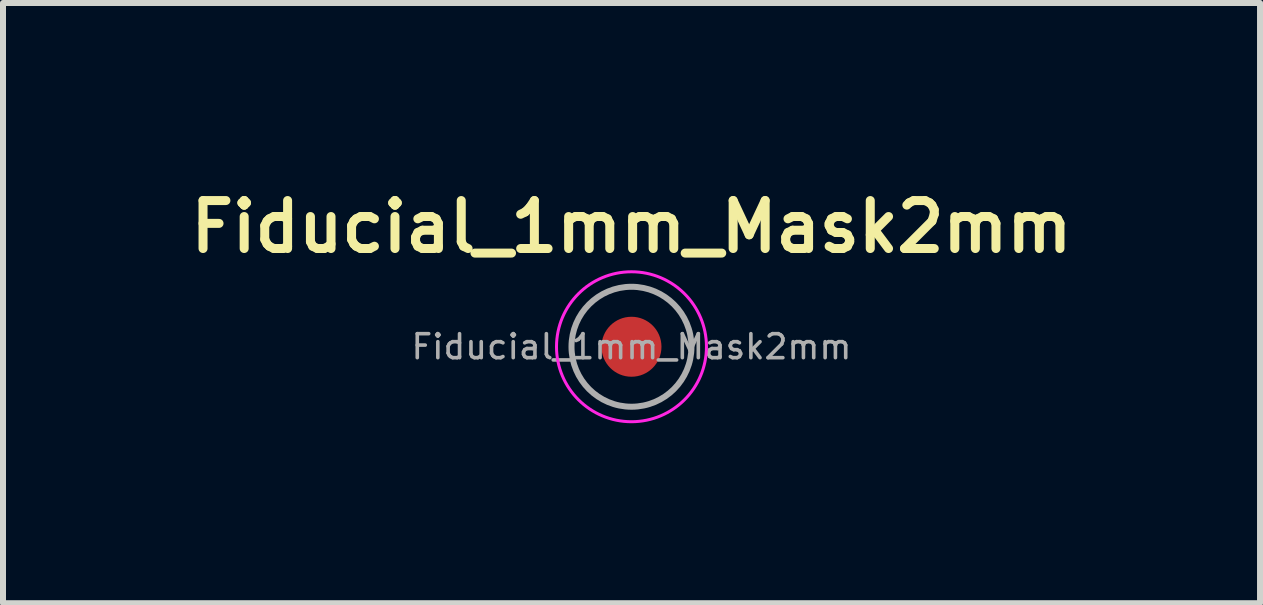
<source format=kicad_pcb>
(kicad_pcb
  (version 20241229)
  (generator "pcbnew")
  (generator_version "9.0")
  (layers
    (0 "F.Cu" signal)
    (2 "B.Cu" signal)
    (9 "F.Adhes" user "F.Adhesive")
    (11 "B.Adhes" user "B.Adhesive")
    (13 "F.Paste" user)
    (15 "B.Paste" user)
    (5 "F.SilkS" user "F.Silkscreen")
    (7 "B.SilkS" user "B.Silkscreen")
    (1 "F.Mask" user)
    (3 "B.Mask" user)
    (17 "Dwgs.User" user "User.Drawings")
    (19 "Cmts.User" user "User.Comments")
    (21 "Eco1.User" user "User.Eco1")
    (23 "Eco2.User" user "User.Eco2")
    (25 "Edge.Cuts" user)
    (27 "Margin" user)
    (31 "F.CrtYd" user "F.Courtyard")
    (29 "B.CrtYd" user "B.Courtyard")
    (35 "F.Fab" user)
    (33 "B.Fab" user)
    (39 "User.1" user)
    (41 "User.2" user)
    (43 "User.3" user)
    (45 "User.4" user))
  (footprint "Fiducial_1mm_Mask2mm"
    (layer "F.Cu")
    (at 7.478 2.731)
    (property "Reference" "Fiducial_1mm_Mask2mm" (at 0 -2 0) (layer "F.SilkS") (effects (font (size 0.8 0.8) (thickness 0.15))))
    (attr smd)
    (fp_circle (center 0 0) (end 1.25 0) (stroke (width 0.05) (type solid)) (fill no) (layer "F.CrtYd"))
    (fp_circle (center 0 0) (end 1 0) (stroke (width 0.1) (type solid)) (fill no) (layer "F.Fab"))
    (fp_text user "${REFERENCE}" (at 0 0 0) (layer "F.Fab") (effects (font (size 0.4 0.4) (thickness 0.06))))
    (pad "" smd circle (at 0 0) (size 1 1) (layers "F.Cu" "F.Mask")))
  (gr_rect
    (start -3 -3)
    (end 17.957 7.006)
    (stroke (width 0.1) (type default))
    (fill no)
    (layer "Edge.Cuts")))
</source>
